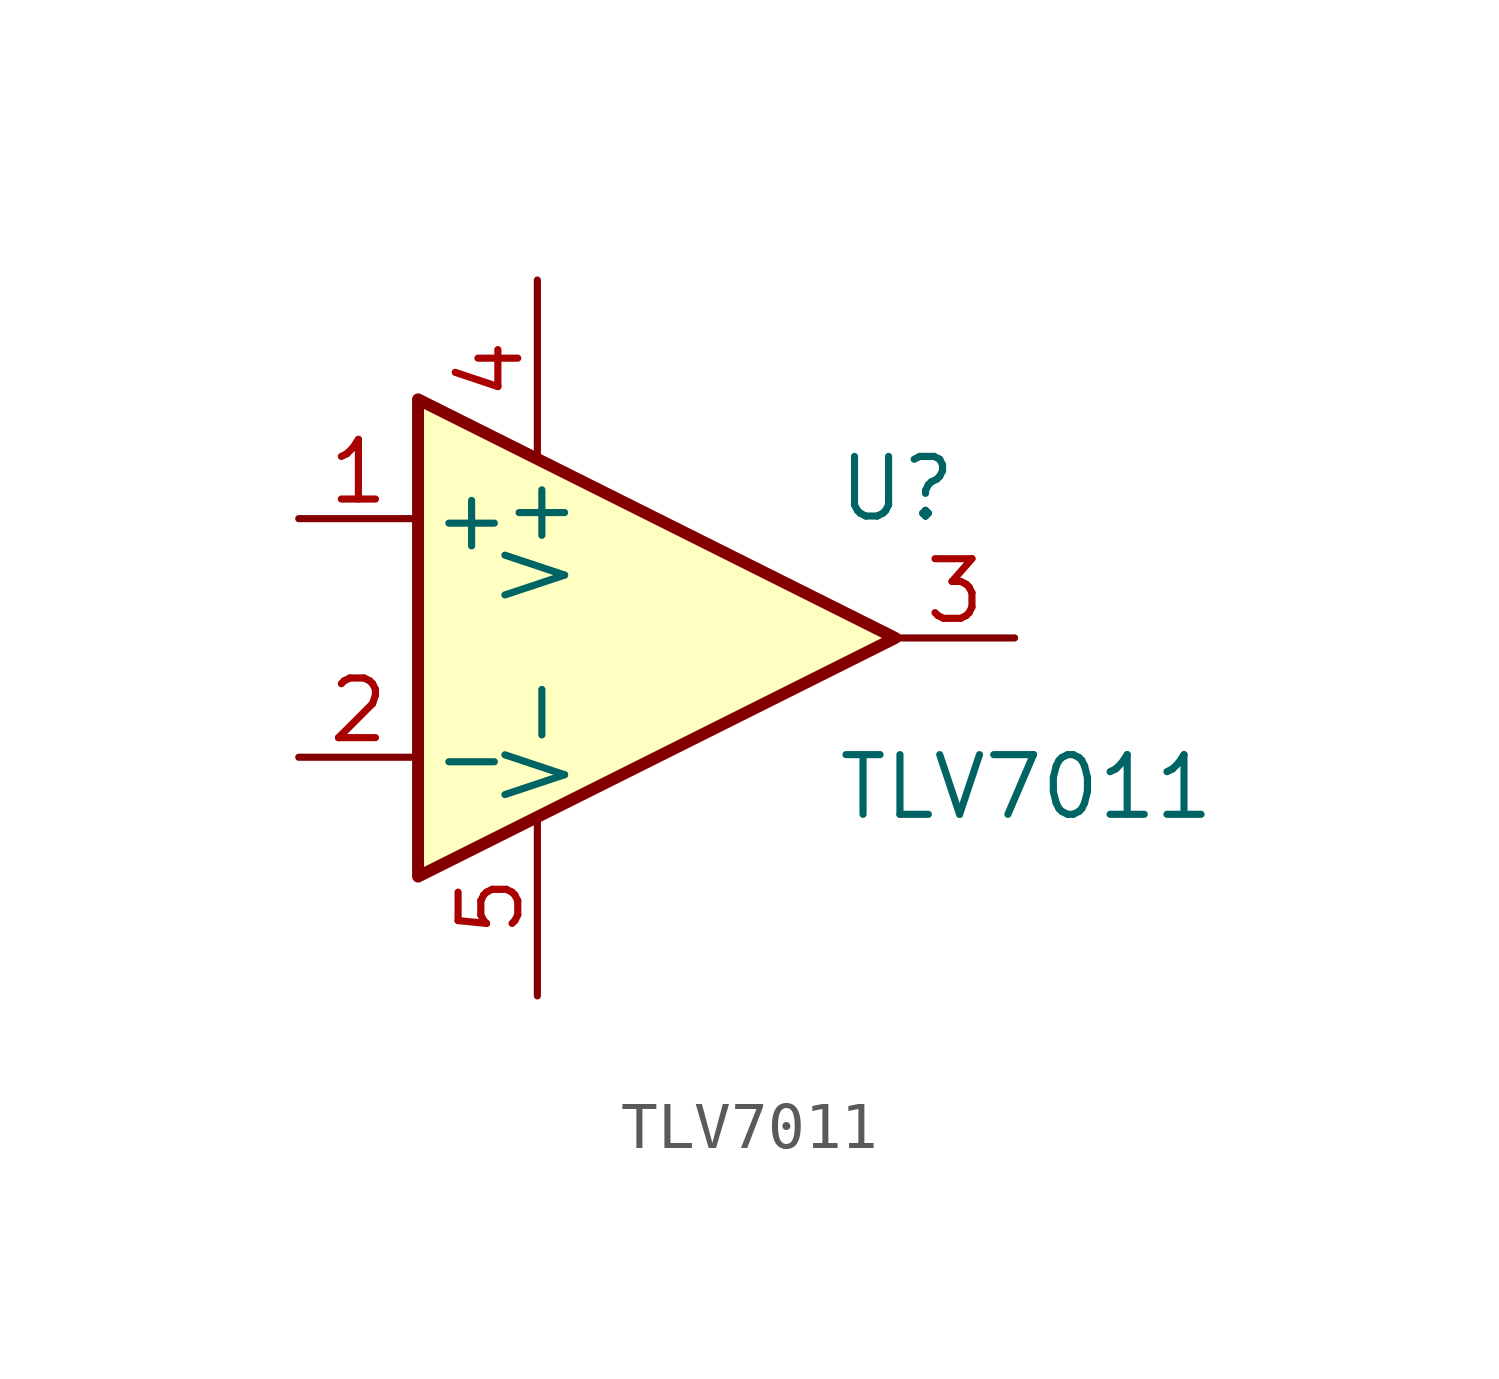
<source format=kicad_sym>
(kicad_symbol_lib
  (version 20211014)
  (generator kicad_symbol_editor)
  (symbol "TLV7011"
    (pin_names
      (offset 0.254))
    (property "Reference" "U"
      (at 3.81 3.175 0)
      (effects (font (size 1.27 1.27)) (justify left)))
    (property "Value" "TLV7011"
      (at 3.81 -3.175 0)
      (effects (font (size 1.27 1.27)) (justify left)))
    (symbol "TLV7011_0_1"
      (polyline (pts (xy 5.08 0) (xy -5.08 5.08) (xy -5.08 -5.08) (xy 5.08 0)) (stroke (width 0.254) (type default) (color 0 0 0 0)) (fill (type background))))
    (symbol "TLV7011_1_1"
      (pin passive line (at -7.62 2.54 0) (length 2.54) (name "+" (effects (font (size 1.27 1.27)))) (number "1" (effects (font (size 1.27 1.27)))))
      (pin passive line (at -7.62 -2.54 0) (length 2.54) (name "-" (effects (font (size 1.27 1.27)))) (number "2" (effects (font (size 1.27 1.27)))))
      (pin passive line (at 7.62 0 180) (length 2.54) (name "~" (effects (font (size 1.27 1.27)))) (number "3" (effects (font (size 1.27 1.27)))))
      (pin passive line (at -2.54 7.62 270) (length 3.81) (name "V+" (effects (font (size 1.27 1.27)))) (number "4" (effects (font (size 1.27 1.27)))))
      (pin passive line (at -2.54 -7.62 90) (length 3.81) (name "V-" (effects (font (size 1.27 1.27)))) (number "5" (effects (font (size 1.27 1.27))))))))
</source>
